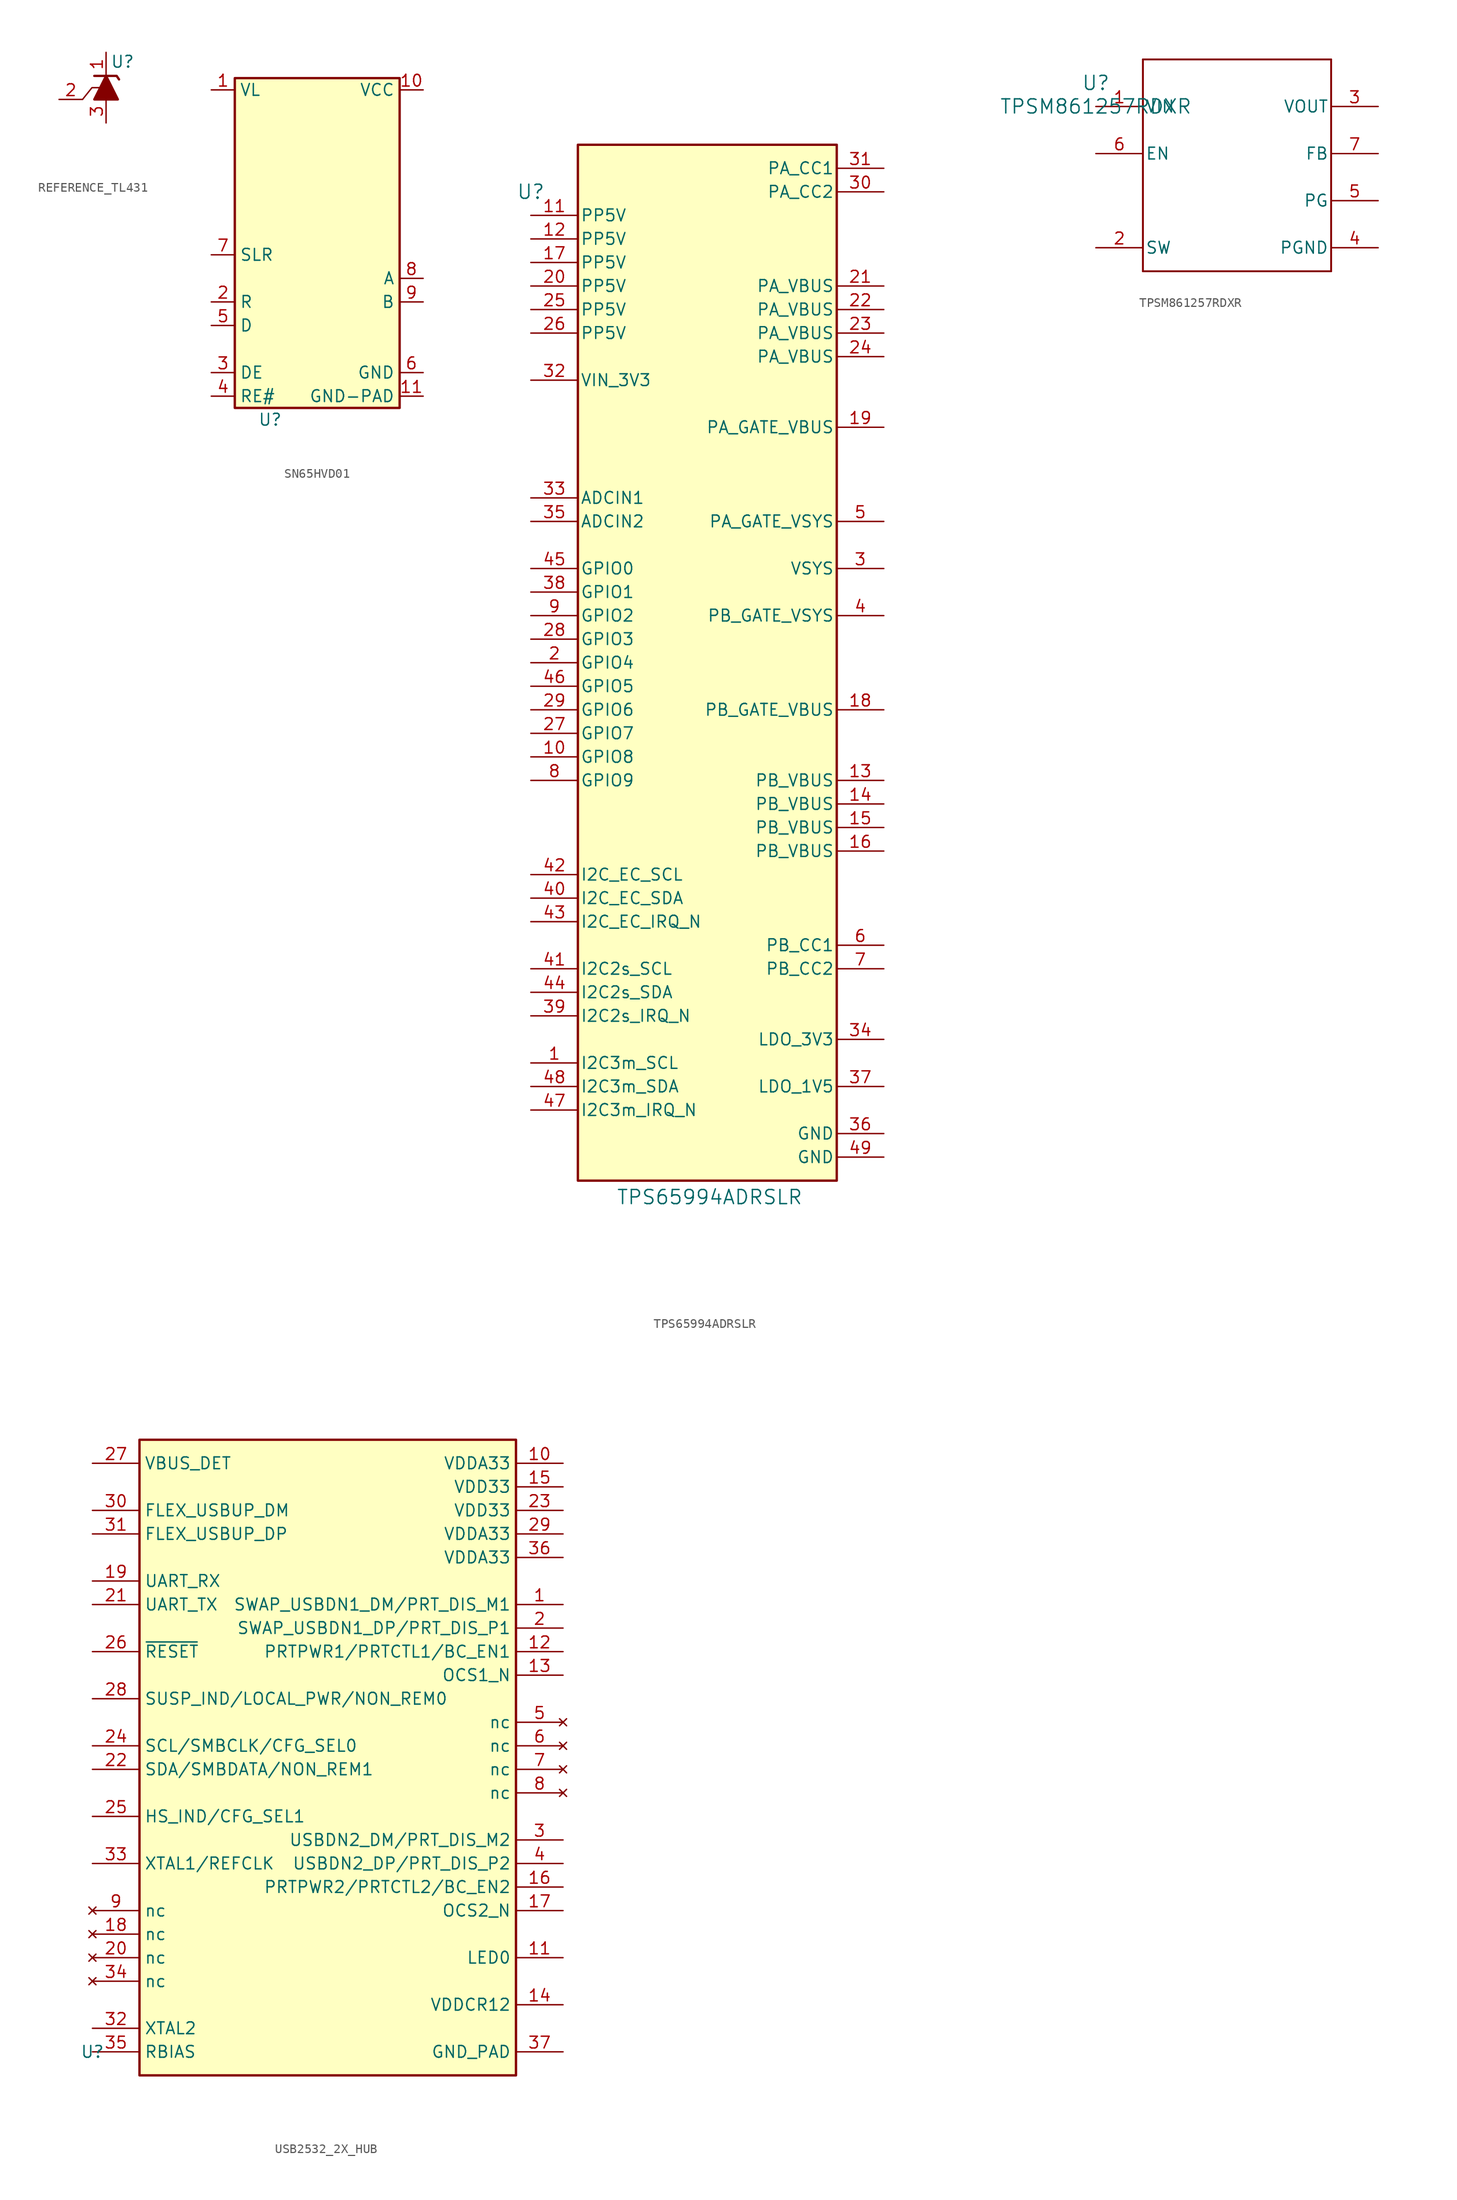
<source format=kicad_sym>
(kicad_symbol_lib
  (version 20241209)
  (generator "kicad_symbol_editor")
  (generator_version "9.0")
  (symbol "REFERENCE_TL431"
    (pin_names
      (hide yes))
    (property "Reference" "U"
      (at 1.778 6.604 0)
      (effects (font (size 1.27 1.27))))
    (property "Value" ""
      (at 0 -4.445 0)
      (effects (font (size 1.27 1.27))))
    (symbol "REFERENCE_TL431_0_1"
      (polyline (pts (xy -0.762 3.81) (xy -1.524 3.81) (xy -2.54 2.54)) (stroke (width 0) (type default)) (fill (type none))))
    (symbol "REFERENCE_TL431_1_1"
      (polyline (pts (xy -1.27 5.08) (xy 1.143 5.08) (xy 1.397 4.699)) (stroke (width 0.254) (type default)) (fill (type none)))
      (polyline (pts (xy -1.27 2.54) (xy 1.27 2.54) (xy 0 5.08) (xy -1.27 2.54)) (stroke (width 0.254) (type default)) (fill (type outline)))
      (pin passive line (at -5.08 2.54 0) (length 2.54) (name "REF" (effects (font (size 1.27 1.27)))) (number "2" (effects (font (size 1.27 1.27)))))
      (pin passive line (at 0 7.62 270) (length 2.54) (name "K" (effects (font (size 1.27 1.27)))) (number "1" (effects (font (size 1.27 1.27)))))
      (pin passive line (at 0 0 90) (length 2.54) (name "A" (effects (font (size 1.27 1.27)))) (number "3" (effects (font (size 1.27 1.27)))))))
  (symbol "SN65HVD01"
    (property "Reference" "U"
      (at 6.35 -2.54 0)
      (effects (font (size 1.27 1.27))))
    (property "Value" ""
      (at 7.62 16.51 0)
      (effects (font (size 1.27 1.27))))
    (symbol "SN65HVD01_1_1"
      (rectangle (start 2.54 34.29) (end 20.32 -1.27) (stroke (width 0.254) (type default)) (fill (type background)))
      (pin power_in line (at 0 33.02 0) (length 2.54) (name "VL" (effects (font (size 1.27 1.27)))) (number "1" (effects (font (size 1.27 1.27)))))
      (pin input line (at 0 15.24 0) (length 2.54) (name "SLR" (effects (font (size 1.27 1.27)))) (number "7" (effects (font (size 1.27 1.27)))))
      (pin output line (at 0 10.16 0) (length 2.54) (name "R" (effects (font (size 1.27 1.27)))) (number "2" (effects (font (size 1.27 1.27)))))
      (pin input line (at 0 7.62 0) (length 2.54) (name "D" (effects (font (size 1.27 1.27)))) (number "5" (effects (font (size 1.27 1.27)))))
      (pin input line (at 0 2.54 0) (length 2.54) (name "DE" (effects (font (size 1.27 1.27)))) (number "3" (effects (font (size 1.27 1.27)))))
      (pin input line (at 0 0 0) (length 2.54) (name "RE#" (effects (font (size 1.27 1.27)))) (number "4" (effects (font (size 1.27 1.27)))))
      (pin power_in line (at 22.86 33.02 180) (length 2.54) (name "VCC" (effects (font (size 1.27 1.27)))) (number "10" (effects (font (size 1.27 1.27)))))
      (pin bidirectional line (at 22.86 12.7 180) (length 2.54) (name "A" (effects (font (size 1.27 1.27)))) (number "8" (effects (font (size 1.27 1.27)))))
      (pin bidirectional line (at 22.86 10.16 180) (length 2.54) (name "B" (effects (font (size 1.27 1.27)))) (number "9" (effects (font (size 1.27 1.27)))))
      (pin power_in line (at 22.86 2.54 180) (length 2.54) (name "GND" (effects (font (size 1.27 1.27)))) (number "6" (effects (font (size 1.27 1.27)))))
      (pin power_in line (at 22.86 0 180) (length 2.54) (name "GND-PAD" (effects (font (size 1.27 1.27)))) (number "11" (effects (font (size 1.27 1.27)))))))
  (symbol "TPS65994ADRSLR"
    (pin_names
      (offset 0.254))
    (property "Reference" "U"
      (at 0 99.06 0)
      (effects (font (size 1.524 1.524))))
    (property "Value" "TPS65994ADRSLR"
      (at 19.304 -9.398 0)
      (effects (font (size 1.524 1.524))))
    (symbol "TPS65994ADRSLR_0_1"
      (pin power_in line (at 0 96.52 0) (length 5.08) (name "PP5V" (effects (font (size 1.27 1.27)))) (number "11" (effects (font (size 1.27 1.27)))))
      (pin power_in line (at 0 93.98 0) (length 5.08) (name "PP5V" (effects (font (size 1.27 1.27)))) (number "12" (effects (font (size 1.27 1.27)))))
      (pin power_in line (at 0 91.44 0) (length 5.08) (name "PP5V" (effects (font (size 1.27 1.27)))) (number "17" (effects (font (size 1.27 1.27)))))
      (pin power_in line (at 0 88.9 0) (length 5.08) (name "PP5V" (effects (font (size 1.27 1.27)))) (number "20" (effects (font (size 1.27 1.27)))))
      (pin power_in line (at 0 86.36 0) (length 5.08) (name "PP5V" (effects (font (size 1.27 1.27)))) (number "25" (effects (font (size 1.27 1.27)))))
      (pin power_in line (at 0 83.82 0) (length 5.08) (name "PP5V" (effects (font (size 1.27 1.27)))) (number "26" (effects (font (size 1.27 1.27)))))
      (pin power_in line (at 0 78.74 0) (length 5.08) (name "VIN_3V3" (effects (font (size 1.27 1.27)))) (number "32" (effects (font (size 1.27 1.27)))))
      (pin passive line (at 0 66.04 0) (length 5.08) (name "ADCIN1" (effects (font (size 1.27 1.27)))) (number "33" (effects (font (size 1.27 1.27)))))
      (pin passive line (at 0 63.5 0) (length 5.08) (name "ADCIN2" (effects (font (size 1.27 1.27)))) (number "35" (effects (font (size 1.27 1.27)))))
      (pin passive line (at 0 58.42 0) (length 5.08) (name "GPIO0" (effects (font (size 1.27 1.27)))) (number "45" (effects (font (size 1.27 1.27)))))
      (pin passive line (at 0 55.88 0) (length 5.08) (name "GPIO1" (effects (font (size 1.27 1.27)))) (number "38" (effects (font (size 1.27 1.27)))))
      (pin passive line (at 0 53.34 0) (length 5.08) (name "GPIO2" (effects (font (size 1.27 1.27)))) (number "9" (effects (font (size 1.27 1.27)))))
      (pin passive line (at 0 50.8 0) (length 5.08) (name "GPIO3" (effects (font (size 1.27 1.27)))) (number "28" (effects (font (size 1.27 1.27)))))
      (pin passive line (at 0 48.26 0) (length 5.08) (name "GPIO4" (effects (font (size 1.27 1.27)))) (number "2" (effects (font (size 1.27 1.27)))))
      (pin passive line (at 0 45.72 0) (length 5.08) (name "GPIO5" (effects (font (size 1.27 1.27)))) (number "46" (effects (font (size 1.27 1.27)))))
      (pin passive line (at 0 43.18 0) (length 5.08) (name "GPIO6" (effects (font (size 1.27 1.27)))) (number "29" (effects (font (size 1.27 1.27)))))
      (pin passive line (at 0 40.64 0) (length 5.08) (name "GPIO7" (effects (font (size 1.27 1.27)))) (number "27" (effects (font (size 1.27 1.27)))))
      (pin passive line (at 0 38.1 0) (length 5.08) (name "GPIO8" (effects (font (size 1.27 1.27)))) (number "10" (effects (font (size 1.27 1.27)))))
      (pin passive line (at 0 35.56 0) (length 5.08) (name "GPIO9" (effects (font (size 1.27 1.27)))) (number "8" (effects (font (size 1.27 1.27)))))
      (pin passive line (at 0 25.4 0) (length 5.08) (name "I2C_EC_SCL" (effects (font (size 1.27 1.27)))) (number "42" (effects (font (size 1.27 1.27)))))
      (pin passive line (at 0 22.86 0) (length 5.08) (name "I2C_EC_SDA" (effects (font (size 1.27 1.27)))) (number "40" (effects (font (size 1.27 1.27)))))
      (pin passive line (at 0 20.32 0) (length 5.08) (name "I2C_EC_IRQ_N" (effects (font (size 1.27 1.27)))) (number "43" (effects (font (size 1.27 1.27)))))
      (pin passive line (at 0 15.24 0) (length 5.08) (name "I2C2s_SCL" (effects (font (size 1.27 1.27)))) (number "41" (effects (font (size 1.27 1.27)))))
      (pin passive line (at 0 12.7 0) (length 5.08) (name "I2C2s_SDA" (effects (font (size 1.27 1.27)))) (number "44" (effects (font (size 1.27 1.27)))))
      (pin passive line (at 0 10.16 0) (length 5.08) (name "I2C2s_IRQ_N" (effects (font (size 1.27 1.27)))) (number "39" (effects (font (size 1.27 1.27)))))
      (pin passive line (at 0 5.08 0) (length 5.08) (name "I2C3m_SCL" (effects (font (size 1.27 1.27)))) (number "1" (effects (font (size 1.27 1.27)))))
      (pin passive line (at 0 2.54 0) (length 5.08) (name "I2C3m_SDA" (effects (font (size 1.27 1.27)))) (number "48" (effects (font (size 1.27 1.27)))))
      (pin passive line (at 0 0 0) (length 5.08) (name "I2C3m_IRQ_N" (effects (font (size 1.27 1.27)))) (number "47" (effects (font (size 1.27 1.27)))))
      (pin passive line (at 38.1 101.6 180) (length 5.08) (name "PA_CC1" (effects (font (size 1.27 1.27)))) (number "31" (effects (font (size 1.27 1.27)))))
      (pin passive line (at 38.1 99.06 180) (length 5.08) (name "PA_CC2" (effects (font (size 1.27 1.27)))) (number "30" (effects (font (size 1.27 1.27)))))
      (pin passive line (at 38.1 88.9 180) (length 5.08) (name "PA_VBUS" (effects (font (size 1.27 1.27)))) (number "21" (effects (font (size 1.27 1.27)))))
      (pin passive line (at 38.1 86.36 180) (length 5.08) (name "PA_VBUS" (effects (font (size 1.27 1.27)))) (number "22" (effects (font (size 1.27 1.27)))))
      (pin passive line (at 38.1 83.82 180) (length 5.08) (name "PA_VBUS" (effects (font (size 1.27 1.27)))) (number "23" (effects (font (size 1.27 1.27)))))
      (pin passive line (at 38.1 81.28 180) (length 5.08) (name "PA_VBUS" (effects (font (size 1.27 1.27)))) (number "24" (effects (font (size 1.27 1.27)))))
      (pin passive line (at 38.1 73.66 180) (length 5.08) (name "PA_GATE_VBUS" (effects (font (size 1.27 1.27)))) (number "19" (effects (font (size 1.27 1.27)))))
      (pin passive line (at 38.1 63.5 180) (length 5.08) (name "PA_GATE_VSYS" (effects (font (size 1.27 1.27)))) (number "5" (effects (font (size 1.27 1.27)))))
      (pin passive line (at 38.1 58.42 180) (length 5.08) (name "VSYS" (effects (font (size 1.27 1.27)))) (number "3" (effects (font (size 1.27 1.27)))))
      (pin passive line (at 38.1 53.34 180) (length 5.08) (name "PB_GATE_VSYS" (effects (font (size 1.27 1.27)))) (number "4" (effects (font (size 1.27 1.27)))))
      (pin passive line (at 38.1 43.18 180) (length 5.08) (name "PB_GATE_VBUS" (effects (font (size 1.27 1.27)))) (number "18" (effects (font (size 1.27 1.27)))))
      (pin passive line (at 38.1 35.56 180) (length 5.08) (name "PB_VBUS" (effects (font (size 1.27 1.27)))) (number "13" (effects (font (size 1.27 1.27)))))
      (pin passive line (at 38.1 33.02 180) (length 5.08) (name "PB_VBUS" (effects (font (size 1.27 1.27)))) (number "14" (effects (font (size 1.27 1.27)))))
      (pin passive line (at 38.1 30.48 180) (length 5.08) (name "PB_VBUS" (effects (font (size 1.27 1.27)))) (number "15" (effects (font (size 1.27 1.27)))))
      (pin passive line (at 38.1 27.94 180) (length 5.08) (name "PB_VBUS" (effects (font (size 1.27 1.27)))) (number "16" (effects (font (size 1.27 1.27)))))
      (pin passive line (at 38.1 17.78 180) (length 5.08) (name "PB_CC1" (effects (font (size 1.27 1.27)))) (number "6" (effects (font (size 1.27 1.27)))))
      (pin passive line (at 38.1 15.24 180) (length 5.08) (name "PB_CC2" (effects (font (size 1.27 1.27)))) (number "7" (effects (font (size 1.27 1.27)))))
      (pin passive line (at 38.1 7.62 180) (length 5.08) (name "LDO_3V3" (effects (font (size 1.27 1.27)))) (number "34" (effects (font (size 1.27 1.27)))))
      (pin passive line (at 38.1 2.54 180) (length 5.08) (name "LDO_1V5" (effects (font (size 1.27 1.27)))) (number "37" (effects (font (size 1.27 1.27)))))
      (pin power_in line (at 38.1 -2.54 180) (length 5.08) (name "GND" (effects (font (size 1.27 1.27)))) (number "36" (effects (font (size 1.27 1.27)))))
      (pin power_in line (at 38.1 -5.08 180) (length 5.08) (name "GND" (effects (font (size 1.27 1.27)))) (number "49" (effects (font (size 1.27 1.27))))))
    (symbol "TPS65994ADRSLR_1_1"
      (rectangle (start 5.08 104.14) (end 33.02 -7.62) (stroke (width 0.254) (type default)) (fill (type background)))))
  (symbol "TPSM861257RDXR"
    (pin_names
      (offset 0.254))
    (property "Reference" "U"
      (at 0 2.54 0)
      (effects (font (size 1.524 1.524))))
    (property "Value" "TPSM861257RDXR"
      (at 0 0 0)
      (effects (font (size 1.524 1.524))))
    (property "ki_locked" ""
      (at 0 0 0)
      (effects (font (size 1.27 1.27))))
    (symbol "TPSM861257RDXR_0_1"
      (polyline (pts (xy 5.08 5.08) (xy 5.08 -17.78)) (stroke (width 0.203) (type default)) (fill (type none)))
      (polyline (pts (xy 5.08 -17.78) (xy 25.4 -17.78)) (stroke (width 0.203) (type default)) (fill (type none)))
      (polyline (pts (xy 25.4 5.08) (xy 5.08 5.08)) (stroke (width 0.203) (type default)) (fill (type none)))
      (polyline (pts (xy 25.4 -17.78) (xy 25.4 5.08)) (stroke (width 0.203) (type default)) (fill (type none)))
      (pin power_in line (at 0 0 0) (length 5.08) (name "VIN" (effects (font (size 1.27 1.27)))) (number "1" (effects (font (size 1.27 1.27)))))
      (pin input line (at 0 -5.08 0) (length 5.08) (name "EN" (effects (font (size 1.27 1.27)))) (number "6" (effects (font (size 1.27 1.27)))))
      (pin unspecified line (at 0 -15.24 0) (length 5.08) (name "SW" (effects (font (size 1.27 1.27)))) (number "2" (effects (font (size 1.27 1.27)))))
      (pin power_in line (at 30.48 0 180) (length 5.08) (name "VOUT" (effects (font (size 1.27 1.27)))) (number "3" (effects (font (size 1.27 1.27)))))
      (pin unspecified line (at 30.48 -5.08 180) (length 5.08) (name "FB" (effects (font (size 1.27 1.27)))) (number "7" (effects (font (size 1.27 1.27)))))
      (pin open_collector line (at 30.48 -10.16 180) (length 5.08) (name "PG" (effects (font (size 1.27 1.27)))) (number "5" (effects (font (size 1.27 1.27)))))
      (pin power_in line (at 30.48 -15.24 180) (length 5.08) (name "PGND" (effects (font (size 1.27 1.27)))) (number "4" (effects (font (size 1.27 1.27)))))))
  (symbol "USB2532_2X_HUB"
    (property "Reference" "U"
      (at 0 0 0)
      (effects (font (size 1.27 1.27))))
    (property "Value" ""
      (at 0 0 0)
      (effects (font (size 1.27 1.27))))
    (symbol "USB2532_2X_HUB_0_1"
      (rectangle (start 5.08 66.04) (end 45.72 -2.54) (stroke (width 0.254) (type default)) (fill (type background))))
    (symbol "USB2532_2X_HUB_1_1"
      (pin passive line (at 0 63.5 0) (length 5.08) (name "VBUS_DET" (effects (font (size 1.27 1.27)))) (number "27" (effects (font (size 1.27 1.27)))))
      (pin passive line (at 0 58.42 0) (length 5.08) (name "FLEX_USBUP_DM" (effects (font (size 1.27 1.27)))) (number "30" (effects (font (size 1.27 1.27)))))
      (pin passive line (at 0 55.88 0) (length 5.08) (name "FLEX_USBUP_DP" (effects (font (size 1.27 1.27)))) (number "31" (effects (font (size 1.27 1.27)))))
      (pin passive line (at 0 50.8 0) (length 5.08) (name "UART_RX" (effects (font (size 1.27 1.27)))) (number "19" (effects (font (size 1.27 1.27)))))
      (pin passive line (at 0 48.26 0) (length 5.08) (name "UART_TX" (effects (font (size 1.27 1.27)))) (number "21" (effects (font (size 1.27 1.27)))))
      (pin passive line (at 0 43.18 0) (length 5.08) (name "~{RESET}" (effects (font (size 1.27 1.27)))) (number "26" (effects (font (size 1.27 1.27)))))
      (pin passive line (at 0 38.1 0) (length 5.08) (name "SUSP_IND/LOCAL_PWR/NON_REM0" (effects (font (size 1.27 1.27)))) (number "28" (effects (font (size 1.27 1.27)))))
      (pin passive line (at 0 33.02 0) (length 5.08) (name "SCL/SMBCLK/CFG_SEL0" (effects (font (size 1.27 1.27)))) (number "24" (effects (font (size 1.27 1.27)))))
      (pin passive line (at 0 30.48 0) (length 5.08) (name "SDA/SMBDATA/NON_REM1" (effects (font (size 1.27 1.27)))) (number "22" (effects (font (size 1.27 1.27)))))
      (pin passive line (at 0 25.4 0) (length 5.08) (name "HS_IND/CFG_SEL1" (effects (font (size 1.27 1.27)))) (number "25" (effects (font (size 1.27 1.27)))))
      (pin passive line (at 0 20.32 0) (length 5.08) (name "XTAL1/REFCLK" (effects (font (size 1.27 1.27)))) (number "33" (effects (font (size 1.27 1.27)))))
      (pin no_connect line (at 0 15.24 0) (length 5.08) (name "nc" (effects (font (size 1.27 1.27)))) (number "9" (effects (font (size 1.27 1.27)))))
      (pin no_connect line (at 0 12.7 0) (length 5.08) (name "nc" (effects (font (size 1.27 1.27)))) (number "18" (effects (font (size 1.27 1.27)))))
      (pin no_connect line (at 0 10.16 0) (length 5.08) (name "nc" (effects (font (size 1.27 1.27)))) (number "20" (effects (font (size 1.27 1.27)))))
      (pin no_connect line (at 0 7.62 0) (length 5.08) (name "nc" (effects (font (size 1.27 1.27)))) (number "34" (effects (font (size 1.27 1.27)))))
      (pin passive line (at 0 2.54 0) (length 5.08) (name "XTAL2" (effects (font (size 1.27 1.27)))) (number "32" (effects (font (size 1.27 1.27)))))
      (pin passive line (at 0 0 0) (length 5.08) (name "RBIAS" (effects (font (size 1.27 1.27)))) (number "35" (effects (font (size 1.27 1.27)))))
      (pin passive line (at 50.8 63.5 180) (length 5.08) (name "VDDA33" (effects (font (size 1.27 1.27)))) (number "10" (effects (font (size 1.27 1.27)))))
      (pin passive line (at 50.8 60.96 180) (length 5.08) (name "VDD33" (effects (font (size 1.27 1.27)))) (number "15" (effects (font (size 1.27 1.27)))))
      (pin passive line (at 50.8 58.42 180) (length 5.08) (name "VDD33" (effects (font (size 1.27 1.27)))) (number "23" (effects (font (size 1.27 1.27)))))
      (pin passive line (at 50.8 55.88 180) (length 5.08) (name "VDDA33" (effects (font (size 1.27 1.27)))) (number "29" (effects (font (size 1.27 1.27)))))
      (pin passive line (at 50.8 53.34 180) (length 5.08) (name "VDDA33" (effects (font (size 1.27 1.27)))) (number "36" (effects (font (size 1.27 1.27)))))
      (pin passive line (at 50.8 48.26 180) (length 5.08) (name "SWAP_USBDN1_DM/PRT_DIS_M1" (effects (font (size 1.27 1.27)))) (number "1" (effects (font (size 1.27 1.27)))))
      (pin passive line (at 50.8 45.72 180) (length 5.08) (name "SWAP_USBDN1_DP/PRT_DIS_P1" (effects (font (size 1.27 1.27)))) (number "2" (effects (font (size 1.27 1.27)))))
      (pin passive line (at 50.8 43.18 180) (length 5.08) (name "PRTPWR1/PRTCTL1/BC_EN1" (effects (font (size 1.27 1.27)))) (number "12" (effects (font (size 1.27 1.27)))))
      (pin passive line (at 50.8 40.64 180) (length 5.08) (name "OCS1_N" (effects (font (size 1.27 1.27)))) (number "13" (effects (font (size 1.27 1.27)))))
      (pin no_connect line (at 50.8 35.56 180) (length 5.08) (name "nc" (effects (font (size 1.27 1.27)))) (number "5" (effects (font (size 1.27 1.27)))))
      (pin no_connect line (at 50.8 33.02 180) (length 5.08) (name "nc" (effects (font (size 1.27 1.27)))) (number "6" (effects (font (size 1.27 1.27)))))
      (pin no_connect line (at 50.8 30.48 180) (length 5.08) (name "nc" (effects (font (size 1.27 1.27)))) (number "7" (effects (font (size 1.27 1.27)))))
      (pin no_connect line (at 50.8 27.94 180) (length 5.08) (name "nc" (effects (font (size 1.27 1.27)))) (number "8" (effects (font (size 1.27 1.27)))))
      (pin passive line (at 50.8 22.86 180) (length 5.08) (name "USBDN2_DM/PRT_DIS_M2" (effects (font (size 1.27 1.27)))) (number "3" (effects (font (size 1.27 1.27)))))
      (pin passive line (at 50.8 20.32 180) (length 5.08) (name "USBDN2_DP/PRT_DIS_P2" (effects (font (size 1.27 1.27)))) (number "4" (effects (font (size 1.27 1.27)))))
      (pin passive line (at 50.8 17.78 180) (length 5.08) (name "PRTPWR2/PRTCTL2/BC_EN2" (effects (font (size 1.27 1.27)))) (number "16" (effects (font (size 1.27 1.27)))))
      (pin passive line (at 50.8 15.24 180) (length 5.08) (name "OCS2_N" (effects (font (size 1.27 1.27)))) (number "17" (effects (font (size 1.27 1.27)))))
      (pin passive line (at 50.8 10.16 180) (length 5.08) (name "LED0" (effects (font (size 1.27 1.27)))) (number "11" (effects (font (size 1.27 1.27)))))
      (pin passive line (at 50.8 5.08 180) (length 5.08) (name "VDDCR12" (effects (font (size 1.27 1.27)))) (number "14" (effects (font (size 1.27 1.27)))))
      (pin passive line (at 50.8 0 180) (length 5.08) (name "GND_PAD" (effects (font (size 1.27 1.27)))) (number "37" (effects (font (size 1.27 1.27))))))))
</source>
